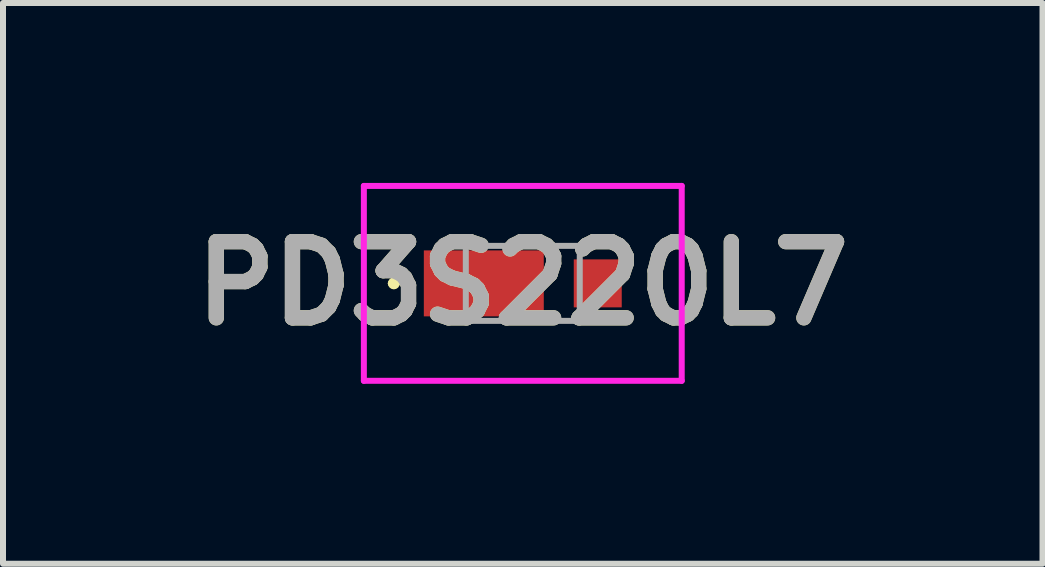
<source format=kicad_pcb>
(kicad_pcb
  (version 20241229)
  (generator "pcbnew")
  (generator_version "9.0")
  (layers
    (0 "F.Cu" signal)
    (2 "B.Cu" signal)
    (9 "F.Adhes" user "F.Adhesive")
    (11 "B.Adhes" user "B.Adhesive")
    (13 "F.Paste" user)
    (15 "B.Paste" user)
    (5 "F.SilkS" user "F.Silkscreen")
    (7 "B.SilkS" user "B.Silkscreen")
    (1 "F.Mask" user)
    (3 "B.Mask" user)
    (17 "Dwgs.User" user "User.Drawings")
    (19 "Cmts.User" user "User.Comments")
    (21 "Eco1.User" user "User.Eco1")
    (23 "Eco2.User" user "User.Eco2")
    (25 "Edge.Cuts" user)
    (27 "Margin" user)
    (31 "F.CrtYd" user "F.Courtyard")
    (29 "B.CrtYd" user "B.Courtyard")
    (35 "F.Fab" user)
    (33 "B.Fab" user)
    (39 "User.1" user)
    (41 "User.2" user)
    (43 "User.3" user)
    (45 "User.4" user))
  (footprint "PD3S220L7"
    (layer "F.Cu")
    (at 5.667 1.675)
    (property "Reference" "PD3S220L7" (at 0 0 0) (layer "F.SilkS") (effects (font (size 1.27 1.27) (thickness 0.254))))
    (attr smd)
    (fp_line (start -2.2 0) (end -2.2 0) (stroke (width 0.1) (type solid)) (layer "F.SilkS"))
    (fp_line (start -2.1 0) (end -2.1 0) (stroke (width 0.1) (type solid)) (layer "F.SilkS"))
    (fp_arc (start -2.2 0) (mid -2.15 -0.05) (end -2.1 0) (stroke (width 0.1) (type solid)) (layer "F.SilkS"))
    (fp_arc (start -2.1 0) (mid -2.15 0.05) (end -2.2 0) (stroke (width 0.1) (type solid)) (layer "F.SilkS"))
    (fp_line (start -2.65 -1.625) (end 2.65 -1.625) (stroke (width 0.1) (type solid)) (layer "F.CrtYd"))
    (fp_line (start -2.65 1.625) (end -2.65 -1.625) (stroke (width 0.1) (type solid)) (layer "F.CrtYd"))
    (fp_line (start 2.65 -1.625) (end 2.65 1.625) (stroke (width 0.1) (type solid)) (layer "F.CrtYd"))
    (fp_line (start 2.65 1.625) (end -2.65 1.625) (stroke (width 0.1) (type solid)) (layer "F.CrtYd"))
    (fp_line (start -0.95 -0.625) (end 0.95 -0.625) (stroke (width 0.1) (type solid)) (layer "F.Fab"))
    (fp_line (start -0.95 0.625) (end -0.95 -0.625) (stroke (width 0.1) (type solid)) (layer "F.Fab"))
    (fp_line (start 0.95 -0.625) (end 0.95 0.625) (stroke (width 0.1) (type solid)) (layer "F.Fab"))
    (fp_line (start 0.95 0.625) (end -0.95 0.625) (stroke (width 0.1) (type solid)) (layer "F.Fab"))
    (fp_text user "${REFERENCE}" (at 0 0 0) (layer "F.Fab") (effects (font (size 1.27 1.27) (thickness 0.254))))
    (pad "1" smd rect (at -0.65 0 90) (size 1.1 2) (layers "F.Cu" "F.Mask" "F.Paste"))
    (pad "2" smd rect (at 1.25 0 90) (size 0.8 0.8) (layers "F.Cu" "F.Mask" "F.Paste")))
  (gr_rect
    (start -3 -3)
    (end 14.333 6.35)
    (stroke (width 0.1) (type default))
    (fill no)
    (layer "Edge.Cuts")))
</source>
